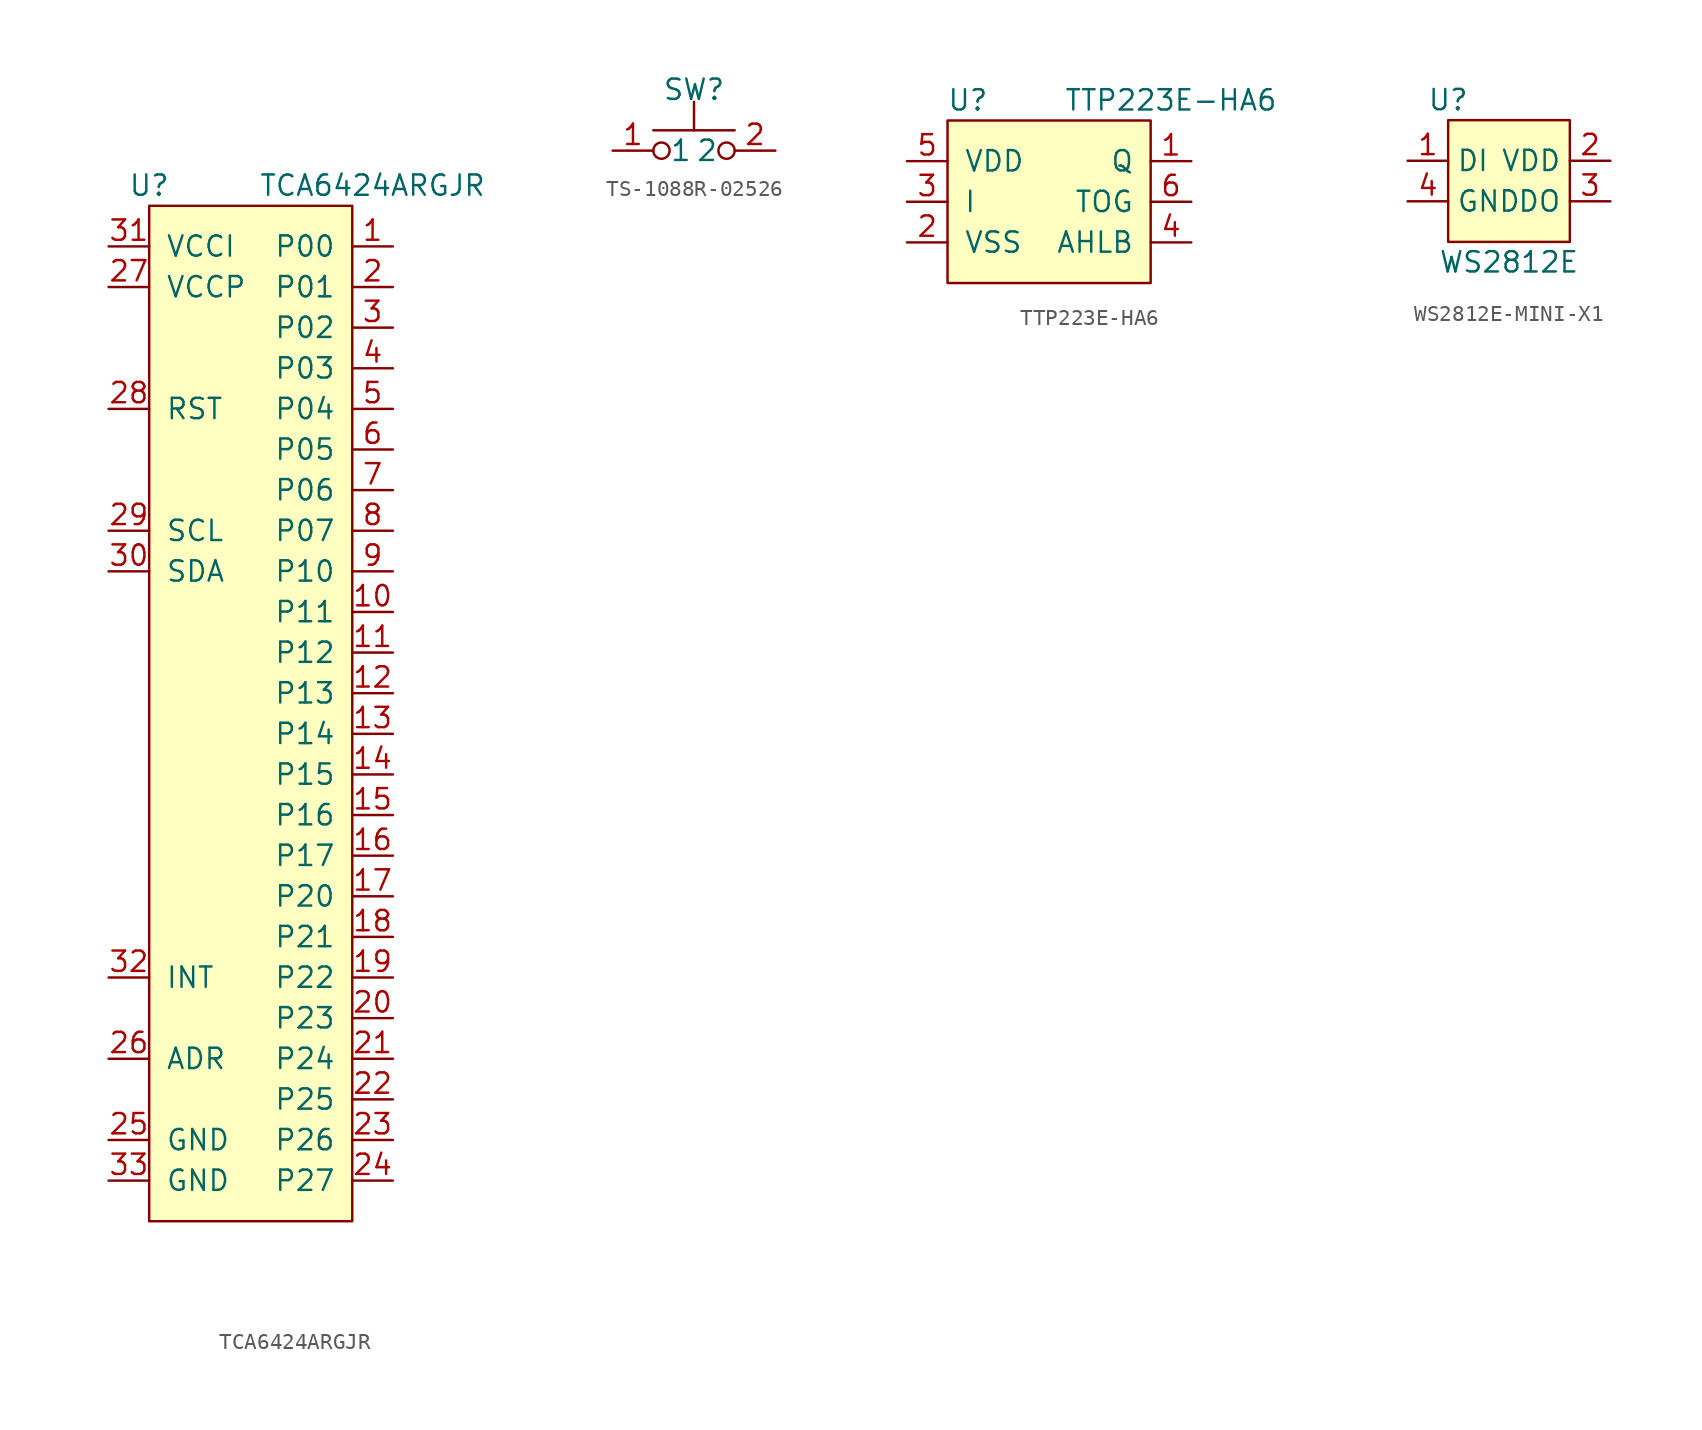
<source format=kicad_sym>
(kicad_symbol_lib
  (version 20241209)
  (generator "kicad_symbol_editor")
  (generator_version "9.0")
  (symbol "TCA6424ARGJR"
    (pin_names
      (offset 1.016))
    (property "Reference" "U"
      (at -6.35 30.48 0)
      (effects (font (size 1.27 1.27))))
    (property "Value" "TCA6424ARGJR"
      (at 7.62 30.48 0)
      (effects (font (size 1.27 1.27))))
    (symbol "TCA6424ARGJR_0_1"
      (rectangle (start 6.35 -34.29) (end -6.35 29.21) (stroke (width 0) (type default)) (fill (type background))))
    (symbol "TCA6424ARGJR_1_1"
      (pin power_in line (at -8.89 26.67 0) (length 2.54) (name "VCCI" (effects (font (size 1.27 1.27)))) (number "31" (effects (font (size 1.27 1.27)))))
      (pin power_in line (at -8.89 24.13 0) (length 2.54) (name "VCCP" (effects (font (size 1.27 1.27)))) (number "27" (effects (font (size 1.27 1.27)))))
      (pin input line (at -8.89 16.51 0) (length 2.54) (name "RST" (effects (font (size 1.27 1.27)))) (number "28" (effects (font (size 1.27 1.27)))))
      (pin input line (at -8.89 8.89 0) (length 2.54) (name "SCL" (effects (font (size 1.27 1.27)))) (number "29" (effects (font (size 1.27 1.27)))))
      (pin bidirectional line (at -8.89 6.35 0) (length 2.54) (name "SDA" (effects (font (size 1.27 1.27)))) (number "30" (effects (font (size 1.27 1.27)))))
      (pin output line (at -8.89 -19.05 0) (length 2.54) (name "INT" (effects (font (size 1.27 1.27)))) (number "32" (effects (font (size 1.27 1.27)))))
      (pin power_in line (at -8.89 -24.13 0) (length 2.54) (name "ADR" (effects (font (size 1.27 1.27)))) (number "26" (effects (font (size 1.27 1.27)))))
      (pin power_in line (at -8.89 -29.21 0) (length 2.54) (name "GND" (effects (font (size 1.27 1.27)))) (number "25" (effects (font (size 1.27 1.27)))))
      (pin power_in line (at -8.89 -31.75 0) (length 2.54) (name "GND" (effects (font (size 1.27 1.27)))) (number "33" (effects (font (size 1.27 1.27)))))
      (pin bidirectional line (at 8.89 26.67 180) (length 2.54) (name "P00" (effects (font (size 1.27 1.27)))) (number "1" (effects (font (size 1.27 1.27)))))
      (pin bidirectional line (at 8.89 24.13 180) (length 2.54) (name "P01" (effects (font (size 1.27 1.27)))) (number "2" (effects (font (size 1.27 1.27)))))
      (pin bidirectional line (at 8.89 21.59 180) (length 2.54) (name "P02" (effects (font (size 1.27 1.27)))) (number "3" (effects (font (size 1.27 1.27)))))
      (pin bidirectional line (at 8.89 19.05 180) (length 2.54) (name "P03" (effects (font (size 1.27 1.27)))) (number "4" (effects (font (size 1.27 1.27)))))
      (pin bidirectional line (at 8.89 16.51 180) (length 2.54) (name "P04" (effects (font (size 1.27 1.27)))) (number "5" (effects (font (size 1.27 1.27)))))
      (pin bidirectional line (at 8.89 13.97 180) (length 2.54) (name "P05" (effects (font (size 1.27 1.27)))) (number "6" (effects (font (size 1.27 1.27)))))
      (pin bidirectional line (at 8.89 11.43 180) (length 2.54) (name "P06" (effects (font (size 1.27 1.27)))) (number "7" (effects (font (size 1.27 1.27)))))
      (pin bidirectional line (at 8.89 8.89 180) (length 2.54) (name "P07" (effects (font (size 1.27 1.27)))) (number "8" (effects (font (size 1.27 1.27)))))
      (pin bidirectional line (at 8.89 6.35 180) (length 2.54) (name "P10" (effects (font (size 1.27 1.27)))) (number "9" (effects (font (size 1.27 1.27)))))
      (pin bidirectional line (at 8.89 3.81 180) (length 2.54) (name "P11" (effects (font (size 1.27 1.27)))) (number "10" (effects (font (size 1.27 1.27)))))
      (pin bidirectional line (at 8.89 1.27 180) (length 2.54) (name "P12" (effects (font (size 1.27 1.27)))) (number "11" (effects (font (size 1.27 1.27)))))
      (pin bidirectional line (at 8.89 -1.27 180) (length 2.54) (name "P13" (effects (font (size 1.27 1.27)))) (number "12" (effects (font (size 1.27 1.27)))))
      (pin bidirectional line (at 8.89 -3.81 180) (length 2.54) (name "P14" (effects (font (size 1.27 1.27)))) (number "13" (effects (font (size 1.27 1.27)))))
      (pin bidirectional line (at 8.89 -6.35 180) (length 2.54) (name "P15" (effects (font (size 1.27 1.27)))) (number "14" (effects (font (size 1.27 1.27)))))
      (pin bidirectional line (at 8.89 -8.89 180) (length 2.54) (name "P16" (effects (font (size 1.27 1.27)))) (number "15" (effects (font (size 1.27 1.27)))))
      (pin bidirectional line (at 8.89 -11.43 180) (length 2.54) (name "P17" (effects (font (size 1.27 1.27)))) (number "16" (effects (font (size 1.27 1.27)))))
      (pin bidirectional line (at 8.89 -13.97 180) (length 2.54) (name "P20" (effects (font (size 1.27 1.27)))) (number "17" (effects (font (size 1.27 1.27)))))
      (pin bidirectional line (at 8.89 -16.51 180) (length 2.54) (name "P21" (effects (font (size 1.27 1.27)))) (number "18" (effects (font (size 1.27 1.27)))))
      (pin bidirectional line (at 8.89 -19.05 180) (length 2.54) (name "P22" (effects (font (size 1.27 1.27)))) (number "19" (effects (font (size 1.27 1.27)))))
      (pin bidirectional line (at 8.89 -21.59 180) (length 2.54) (name "P23" (effects (font (size 1.27 1.27)))) (number "20" (effects (font (size 1.27 1.27)))))
      (pin bidirectional line (at 8.89 -24.13 180) (length 2.54) (name "P24" (effects (font (size 1.27 1.27)))) (number "21" (effects (font (size 1.27 1.27)))))
      (pin bidirectional line (at 8.89 -26.67 180) (length 2.54) (name "P25" (effects (font (size 1.27 1.27)))) (number "22" (effects (font (size 1.27 1.27)))))
      (pin bidirectional line (at 8.89 -29.21 180) (length 2.54) (name "P26" (effects (font (size 1.27 1.27)))) (number "23" (effects (font (size 1.27 1.27)))))
      (pin bidirectional line (at 8.89 -31.75 180) (length 2.54) (name "P27" (effects (font (size 1.27 1.27)))) (number "24" (effects (font (size 1.27 1.27)))))))
  (symbol "TS-1088R-02526"
    (pin_names
      (offset 1.016))
    (property "Reference" "SW"
      (at 0 3.81 0)
      (effects (font (size 1.27 1.27))))
    (symbol "TS-1088R-02526_1_1"
      (circle (center -2.032 0) (radius 0.508) (stroke (width 0) (type default)) (fill (type none)))
      (polyline (pts (xy 0 1.27) (xy 0 3.048)) (stroke (width 0) (type default)) (fill (type none)))
      (circle (center 2.032 0) (radius 0.508) (stroke (width 0) (type default)) (fill (type none)))
      (polyline (pts (xy 2.54 1.27) (xy -2.54 1.27)) (stroke (width 0) (type default)) (fill (type none)))
      (pin passive line (at -5.08 0 0) (length 2.54) (name "1" (effects (font (size 1.27 1.27)))) (number "1" (effects (font (size 1.27 1.27)))))
      (pin passive line (at 5.08 0 180) (length 2.54) (name "2" (effects (font (size 1.27 1.27)))) (number "2" (effects (font (size 1.27 1.27)))))))
  (symbol "TTP223E-HA6"
    (pin_names
      (offset 1.016))
    (property "Reference" "U"
      (at -5.08 6.35 0)
      (effects (font (size 1.27 1.27))))
    (property "Value" "TTP223E-HA6"
      (at 7.62 6.35 0)
      (effects (font (size 1.27 1.27))))
    (symbol "TTP223E-HA6_0_1"
      (rectangle (start -6.35 5.08) (end 6.35 -5.08) (stroke (width 0) (type default)) (fill (type background))))
    (symbol "TTP223E-HA6_1_1"
      (pin power_in line (at -8.89 2.54 0) (length 2.54) (name "VDD" (effects (font (size 1.27 1.27)))) (number "5" (effects (font (size 1.27 1.27)))))
      (pin input line (at -8.89 0 0) (length 2.54) (name "I" (effects (font (size 1.27 1.27)))) (number "3" (effects (font (size 1.27 1.27)))))
      (pin power_in line (at -8.89 -2.54 0) (length 2.54) (name "VSS" (effects (font (size 1.27 1.27)))) (number "2" (effects (font (size 1.27 1.27)))))
      (pin output line (at 8.89 2.54 180) (length 2.54) (name "Q" (effects (font (size 1.27 1.27)))) (number "1" (effects (font (size 1.27 1.27)))))
      (pin input line (at 8.89 0 180) (length 2.54) (name "TOG" (effects (font (size 1.27 1.27)))) (number "6" (effects (font (size 1.27 1.27)))))
      (pin input line (at 8.89 -2.54 180) (length 2.54) (name "AHLB" (effects (font (size 1.27 1.27)))) (number "4" (effects (font (size 1.27 1.27)))))))
  (symbol "WS2812E-MINI-X1"
    (property "Reference" "U"
      (at -3.81 1.27 0)
      (effects (font (size 1.27 1.27))))
    (property "Value" "WS2812E"
      (at 0 -8.89 0)
      (effects (font (size 1.27 1.27))))
    (symbol "WS2812E-MINI-X1_1_1"
      (rectangle (start -3.81 0) (end 3.81 -7.62) (stroke (width 0) (type default)) (fill (type background)))
      (pin input line (at -6.35 -2.54 0) (length 2.54) (name "DI" (effects (font (size 1.27 1.27)))) (number "1" (effects (font (size 1.27 1.27)))))
      (pin power_in line (at -6.35 -5.08 0) (length 2.54) (name "GND" (effects (font (size 1.27 1.27)))) (number "4" (effects (font (size 1.27 1.27)))))
      (pin power_in line (at 6.35 -2.54 180) (length 2.54) (name "VDD" (effects (font (size 1.27 1.27)))) (number "2" (effects (font (size 1.27 1.27)))))
      (pin output line (at 6.35 -5.08 180) (length 2.54) (name "DO" (effects (font (size 1.27 1.27)))) (number "3" (effects (font (size 1.27 1.27))))))))
</source>
